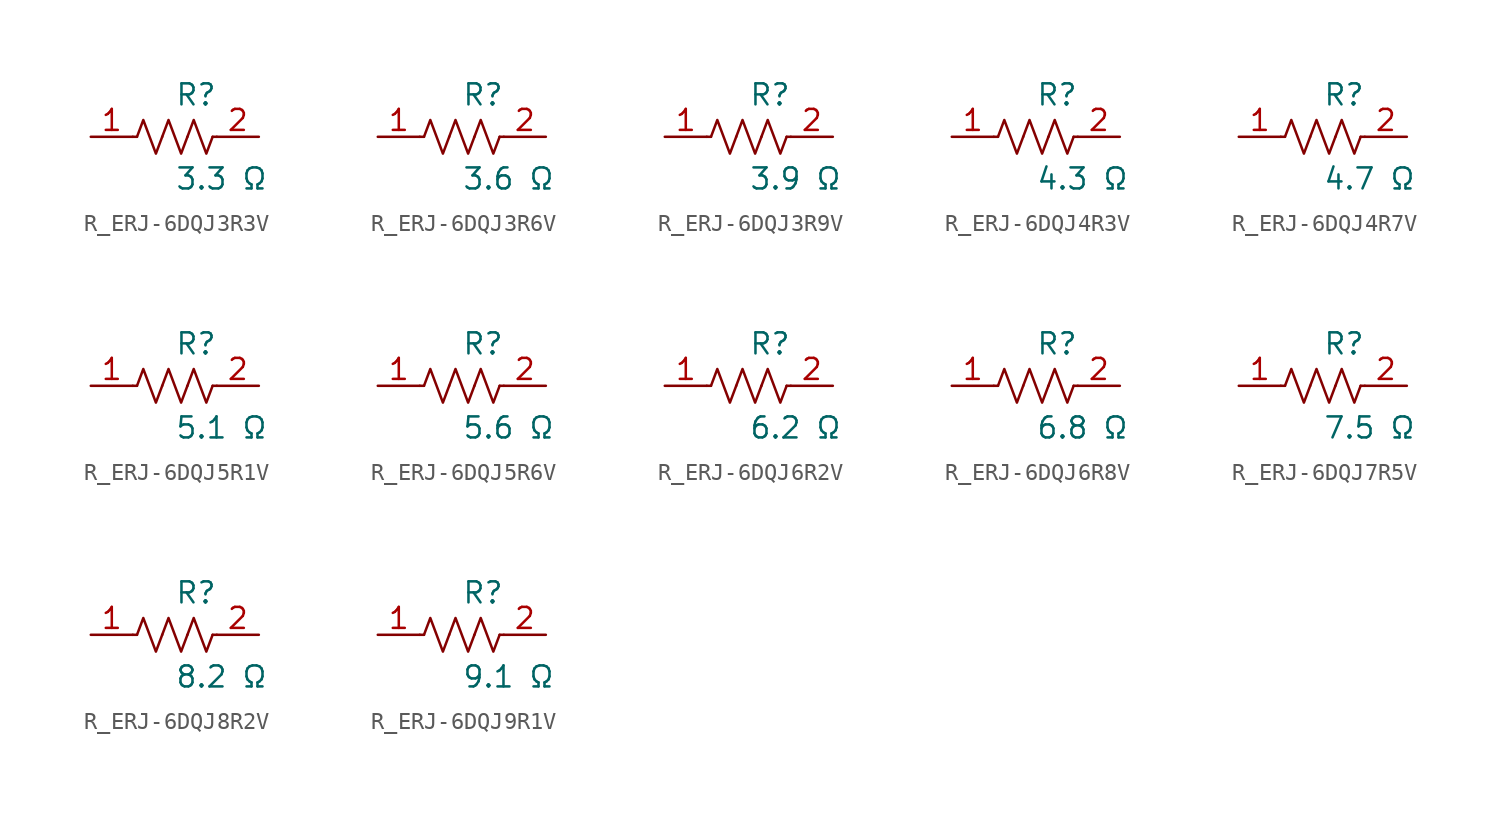
<source format=kicad_sym>
(kicad_symbol_lib
  (version 20231120)
  (generator kicad_symbol_editor)
  (generator_version 8.0)
  (symbol "R_ERJ-6DQJ3R3V"
    (pin_names
      (offset 0.254))
    (property "Reference" "R"
      (at 0 2.54 0)
      (effects (font (size 1.27 1.27)) (justify left)))
    (property "Value" "3.3 Ω"
      (at 0 -2.54 0)
      (effects (font (size 1.27 1.27)) (justify left)))
    (symbol "R_ERJ-6DQJ3R3V_0_1"
      (polyline (pts (xy 2.286 0) (xy 2.54 0)) (stroke (width 0) (type default)) (fill (type none)))
      (polyline (pts (xy -2.286 0) (xy -2.54 0)) (stroke (width 0) (type default)) (fill (type none)))
      (polyline (pts (xy 0.762 0) (xy 1.143 1.016) (xy 1.524 0) (xy 1.905 -1.016) (xy 2.286 0)) (stroke (width 0) (type default)) (fill (type none)))
      (polyline (pts (xy -0.762 0) (xy -0.381 1.016) (xy 0 0) (xy 0.381 -1.016) (xy 0.762 0)) (stroke (width 0) (type default)) (fill (type none)))
      (polyline (pts (xy -2.286 0) (xy -1.905 1.016) (xy -1.524 0) (xy -1.143 -1.016) (xy -0.762 0)) (stroke (width 0) (type default)) (fill (type none))))
    (pin passive line
      (at -5.08 0 0)
      (length 2.54)
      (name "" (effects (font (size 1.27 1.27))))
      (number "1" (effects (font (size 1.27 1.27)))))
    (pin passive line
      (at 5.08 0 180)
      (length 2.54)
      (name "" (effects (font (size 1.27 1.27))))
      (number "2" (effects (font (size 1.27 1.27))))))
  (symbol "R_ERJ-6DQJ3R6V"
    (pin_names
      (offset 0.254))
    (property "Reference" "R"
      (at 0 2.54 0)
      (effects (font (size 1.27 1.27)) (justify left)))
    (property "Value" "3.6 Ω"
      (at 0 -2.54 0)
      (effects (font (size 1.27 1.27)) (justify left)))
    (symbol "R_ERJ-6DQJ3R6V_0_1"
      (polyline (pts (xy 2.286 0) (xy 2.54 0)) (stroke (width 0) (type default)) (fill (type none)))
      (polyline (pts (xy -2.286 0) (xy -2.54 0)) (stroke (width 0) (type default)) (fill (type none)))
      (polyline (pts (xy 0.762 0) (xy 1.143 1.016) (xy 1.524 0) (xy 1.905 -1.016) (xy 2.286 0)) (stroke (width 0) (type default)) (fill (type none)))
      (polyline (pts (xy -0.762 0) (xy -0.381 1.016) (xy 0 0) (xy 0.381 -1.016) (xy 0.762 0)) (stroke (width 0) (type default)) (fill (type none)))
      (polyline (pts (xy -2.286 0) (xy -1.905 1.016) (xy -1.524 0) (xy -1.143 -1.016) (xy -0.762 0)) (stroke (width 0) (type default)) (fill (type none))))
    (pin passive line
      (at -5.08 0 0)
      (length 2.54)
      (name "" (effects (font (size 1.27 1.27))))
      (number "1" (effects (font (size 1.27 1.27)))))
    (pin passive line
      (at 5.08 0 180)
      (length 2.54)
      (name "" (effects (font (size 1.27 1.27))))
      (number "2" (effects (font (size 1.27 1.27))))))
  (symbol "R_ERJ-6DQJ3R9V"
    (pin_names
      (offset 0.254))
    (property "Reference" "R"
      (at 0 2.54 0)
      (effects (font (size 1.27 1.27)) (justify left)))
    (property "Value" "3.9 Ω"
      (at 0 -2.54 0)
      (effects (font (size 1.27 1.27)) (justify left)))
    (symbol "R_ERJ-6DQJ3R9V_0_1"
      (polyline (pts (xy 2.286 0) (xy 2.54 0)) (stroke (width 0) (type default)) (fill (type none)))
      (polyline (pts (xy -2.286 0) (xy -2.54 0)) (stroke (width 0) (type default)) (fill (type none)))
      (polyline (pts (xy 0.762 0) (xy 1.143 1.016) (xy 1.524 0) (xy 1.905 -1.016) (xy 2.286 0)) (stroke (width 0) (type default)) (fill (type none)))
      (polyline (pts (xy -0.762 0) (xy -0.381 1.016) (xy 0 0) (xy 0.381 -1.016) (xy 0.762 0)) (stroke (width 0) (type default)) (fill (type none)))
      (polyline (pts (xy -2.286 0) (xy -1.905 1.016) (xy -1.524 0) (xy -1.143 -1.016) (xy -0.762 0)) (stroke (width 0) (type default)) (fill (type none))))
    (pin passive line
      (at -5.08 0 0)
      (length 2.54)
      (name "" (effects (font (size 1.27 1.27))))
      (number "1" (effects (font (size 1.27 1.27)))))
    (pin passive line
      (at 5.08 0 180)
      (length 2.54)
      (name "" (effects (font (size 1.27 1.27))))
      (number "2" (effects (font (size 1.27 1.27))))))
  (symbol "R_ERJ-6DQJ4R3V"
    (pin_names
      (offset 0.254))
    (property "Reference" "R"
      (at 0 2.54 0)
      (effects (font (size 1.27 1.27)) (justify left)))
    (property "Value" "4.3 Ω"
      (at 0 -2.54 0)
      (effects (font (size 1.27 1.27)) (justify left)))
    (symbol "R_ERJ-6DQJ4R3V_0_1"
      (polyline (pts (xy 2.286 0) (xy 2.54 0)) (stroke (width 0) (type default)) (fill (type none)))
      (polyline (pts (xy -2.286 0) (xy -2.54 0)) (stroke (width 0) (type default)) (fill (type none)))
      (polyline (pts (xy 0.762 0) (xy 1.143 1.016) (xy 1.524 0) (xy 1.905 -1.016) (xy 2.286 0)) (stroke (width 0) (type default)) (fill (type none)))
      (polyline (pts (xy -0.762 0) (xy -0.381 1.016) (xy 0 0) (xy 0.381 -1.016) (xy 0.762 0)) (stroke (width 0) (type default)) (fill (type none)))
      (polyline (pts (xy -2.286 0) (xy -1.905 1.016) (xy -1.524 0) (xy -1.143 -1.016) (xy -0.762 0)) (stroke (width 0) (type default)) (fill (type none))))
    (pin passive line
      (at -5.08 0 0)
      (length 2.54)
      (name "" (effects (font (size 1.27 1.27))))
      (number "1" (effects (font (size 1.27 1.27)))))
    (pin passive line
      (at 5.08 0 180)
      (length 2.54)
      (name "" (effects (font (size 1.27 1.27))))
      (number "2" (effects (font (size 1.27 1.27))))))
  (symbol "R_ERJ-6DQJ4R7V"
    (pin_names
      (offset 0.254))
    (property "Reference" "R"
      (at 0 2.54 0)
      (effects (font (size 1.27 1.27)) (justify left)))
    (property "Value" "4.7 Ω"
      (at 0 -2.54 0)
      (effects (font (size 1.27 1.27)) (justify left)))
    (symbol "R_ERJ-6DQJ4R7V_0_1"
      (polyline (pts (xy 2.286 0) (xy 2.54 0)) (stroke (width 0) (type default)) (fill (type none)))
      (polyline (pts (xy -2.286 0) (xy -2.54 0)) (stroke (width 0) (type default)) (fill (type none)))
      (polyline (pts (xy 0.762 0) (xy 1.143 1.016) (xy 1.524 0) (xy 1.905 -1.016) (xy 2.286 0)) (stroke (width 0) (type default)) (fill (type none)))
      (polyline (pts (xy -0.762 0) (xy -0.381 1.016) (xy 0 0) (xy 0.381 -1.016) (xy 0.762 0)) (stroke (width 0) (type default)) (fill (type none)))
      (polyline (pts (xy -2.286 0) (xy -1.905 1.016) (xy -1.524 0) (xy -1.143 -1.016) (xy -0.762 0)) (stroke (width 0) (type default)) (fill (type none))))
    (pin passive line
      (at -5.08 0 0)
      (length 2.54)
      (name "" (effects (font (size 1.27 1.27))))
      (number "1" (effects (font (size 1.27 1.27)))))
    (pin passive line
      (at 5.08 0 180)
      (length 2.54)
      (name "" (effects (font (size 1.27 1.27))))
      (number "2" (effects (font (size 1.27 1.27))))))
  (symbol "R_ERJ-6DQJ5R1V"
    (pin_names
      (offset 0.254))
    (property "Reference" "R"
      (at 0 2.54 0)
      (effects (font (size 1.27 1.27)) (justify left)))
    (property "Value" "5.1 Ω"
      (at 0 -2.54 0)
      (effects (font (size 1.27 1.27)) (justify left)))
    (symbol "R_ERJ-6DQJ5R1V_0_1"
      (polyline (pts (xy 2.286 0) (xy 2.54 0)) (stroke (width 0) (type default)) (fill (type none)))
      (polyline (pts (xy -2.286 0) (xy -2.54 0)) (stroke (width 0) (type default)) (fill (type none)))
      (polyline (pts (xy 0.762 0) (xy 1.143 1.016) (xy 1.524 0) (xy 1.905 -1.016) (xy 2.286 0)) (stroke (width 0) (type default)) (fill (type none)))
      (polyline (pts (xy -0.762 0) (xy -0.381 1.016) (xy 0 0) (xy 0.381 -1.016) (xy 0.762 0)) (stroke (width 0) (type default)) (fill (type none)))
      (polyline (pts (xy -2.286 0) (xy -1.905 1.016) (xy -1.524 0) (xy -1.143 -1.016) (xy -0.762 0)) (stroke (width 0) (type default)) (fill (type none))))
    (pin passive line
      (at -5.08 0 0)
      (length 2.54)
      (name "" (effects (font (size 1.27 1.27))))
      (number "1" (effects (font (size 1.27 1.27)))))
    (pin passive line
      (at 5.08 0 180)
      (length 2.54)
      (name "" (effects (font (size 1.27 1.27))))
      (number "2" (effects (font (size 1.27 1.27))))))
  (symbol "R_ERJ-6DQJ5R6V"
    (pin_names
      (offset 0.254))
    (property "Reference" "R"
      (at 0 2.54 0)
      (effects (font (size 1.27 1.27)) (justify left)))
    (property "Value" "5.6 Ω"
      (at 0 -2.54 0)
      (effects (font (size 1.27 1.27)) (justify left)))
    (symbol "R_ERJ-6DQJ5R6V_0_1"
      (polyline (pts (xy 2.286 0) (xy 2.54 0)) (stroke (width 0) (type default)) (fill (type none)))
      (polyline (pts (xy -2.286 0) (xy -2.54 0)) (stroke (width 0) (type default)) (fill (type none)))
      (polyline (pts (xy 0.762 0) (xy 1.143 1.016) (xy 1.524 0) (xy 1.905 -1.016) (xy 2.286 0)) (stroke (width 0) (type default)) (fill (type none)))
      (polyline (pts (xy -0.762 0) (xy -0.381 1.016) (xy 0 0) (xy 0.381 -1.016) (xy 0.762 0)) (stroke (width 0) (type default)) (fill (type none)))
      (polyline (pts (xy -2.286 0) (xy -1.905 1.016) (xy -1.524 0) (xy -1.143 -1.016) (xy -0.762 0)) (stroke (width 0) (type default)) (fill (type none))))
    (pin passive line
      (at -5.08 0 0)
      (length 2.54)
      (name "" (effects (font (size 1.27 1.27))))
      (number "1" (effects (font (size 1.27 1.27)))))
    (pin passive line
      (at 5.08 0 180)
      (length 2.54)
      (name "" (effects (font (size 1.27 1.27))))
      (number "2" (effects (font (size 1.27 1.27))))))
  (symbol "R_ERJ-6DQJ6R2V"
    (pin_names
      (offset 0.254))
    (property "Reference" "R"
      (at 0 2.54 0)
      (effects (font (size 1.27 1.27)) (justify left)))
    (property "Value" "6.2 Ω"
      (at 0 -2.54 0)
      (effects (font (size 1.27 1.27)) (justify left)))
    (symbol "R_ERJ-6DQJ6R2V_0_1"
      (polyline (pts (xy 2.286 0) (xy 2.54 0)) (stroke (width 0) (type default)) (fill (type none)))
      (polyline (pts (xy -2.286 0) (xy -2.54 0)) (stroke (width 0) (type default)) (fill (type none)))
      (polyline (pts (xy 0.762 0) (xy 1.143 1.016) (xy 1.524 0) (xy 1.905 -1.016) (xy 2.286 0)) (stroke (width 0) (type default)) (fill (type none)))
      (polyline (pts (xy -0.762 0) (xy -0.381 1.016) (xy 0 0) (xy 0.381 -1.016) (xy 0.762 0)) (stroke (width 0) (type default)) (fill (type none)))
      (polyline (pts (xy -2.286 0) (xy -1.905 1.016) (xy -1.524 0) (xy -1.143 -1.016) (xy -0.762 0)) (stroke (width 0) (type default)) (fill (type none))))
    (pin passive line
      (at -5.08 0 0)
      (length 2.54)
      (name "" (effects (font (size 1.27 1.27))))
      (number "1" (effects (font (size 1.27 1.27)))))
    (pin passive line
      (at 5.08 0 180)
      (length 2.54)
      (name "" (effects (font (size 1.27 1.27))))
      (number "2" (effects (font (size 1.27 1.27))))))
  (symbol "R_ERJ-6DQJ6R8V"
    (pin_names
      (offset 0.254))
    (property "Reference" "R"
      (at 0 2.54 0)
      (effects (font (size 1.27 1.27)) (justify left)))
    (property "Value" "6.8 Ω"
      (at 0 -2.54 0)
      (effects (font (size 1.27 1.27)) (justify left)))
    (symbol "R_ERJ-6DQJ6R8V_0_1"
      (polyline (pts (xy 2.286 0) (xy 2.54 0)) (stroke (width 0) (type default)) (fill (type none)))
      (polyline (pts (xy -2.286 0) (xy -2.54 0)) (stroke (width 0) (type default)) (fill (type none)))
      (polyline (pts (xy 0.762 0) (xy 1.143 1.016) (xy 1.524 0) (xy 1.905 -1.016) (xy 2.286 0)) (stroke (width 0) (type default)) (fill (type none)))
      (polyline (pts (xy -0.762 0) (xy -0.381 1.016) (xy 0 0) (xy 0.381 -1.016) (xy 0.762 0)) (stroke (width 0) (type default)) (fill (type none)))
      (polyline (pts (xy -2.286 0) (xy -1.905 1.016) (xy -1.524 0) (xy -1.143 -1.016) (xy -0.762 0)) (stroke (width 0) (type default)) (fill (type none))))
    (pin passive line
      (at -5.08 0 0)
      (length 2.54)
      (name "" (effects (font (size 1.27 1.27))))
      (number "1" (effects (font (size 1.27 1.27)))))
    (pin passive line
      (at 5.08 0 180)
      (length 2.54)
      (name "" (effects (font (size 1.27 1.27))))
      (number "2" (effects (font (size 1.27 1.27))))))
  (symbol "R_ERJ-6DQJ7R5V"
    (pin_names
      (offset 0.254))
    (property "Reference" "R"
      (at 0 2.54 0)
      (effects (font (size 1.27 1.27)) (justify left)))
    (property "Value" "7.5 Ω"
      (at 0 -2.54 0)
      (effects (font (size 1.27 1.27)) (justify left)))
    (symbol "R_ERJ-6DQJ7R5V_0_1"
      (polyline (pts (xy 2.286 0) (xy 2.54 0)) (stroke (width 0) (type default)) (fill (type none)))
      (polyline (pts (xy -2.286 0) (xy -2.54 0)) (stroke (width 0) (type default)) (fill (type none)))
      (polyline (pts (xy 0.762 0) (xy 1.143 1.016) (xy 1.524 0) (xy 1.905 -1.016) (xy 2.286 0)) (stroke (width 0) (type default)) (fill (type none)))
      (polyline (pts (xy -0.762 0) (xy -0.381 1.016) (xy 0 0) (xy 0.381 -1.016) (xy 0.762 0)) (stroke (width 0) (type default)) (fill (type none)))
      (polyline (pts (xy -2.286 0) (xy -1.905 1.016) (xy -1.524 0) (xy -1.143 -1.016) (xy -0.762 0)) (stroke (width 0) (type default)) (fill (type none))))
    (pin passive line
      (at -5.08 0 0)
      (length 2.54)
      (name "" (effects (font (size 1.27 1.27))))
      (number "1" (effects (font (size 1.27 1.27)))))
    (pin passive line
      (at 5.08 0 180)
      (length 2.54)
      (name "" (effects (font (size 1.27 1.27))))
      (number "2" (effects (font (size 1.27 1.27))))))
  (symbol "R_ERJ-6DQJ8R2V"
    (pin_names
      (offset 0.254))
    (property "Reference" "R"
      (at 0 2.54 0)
      (effects (font (size 1.27 1.27)) (justify left)))
    (property "Value" "8.2 Ω"
      (at 0 -2.54 0)
      (effects (font (size 1.27 1.27)) (justify left)))
    (symbol "R_ERJ-6DQJ8R2V_0_1"
      (polyline (pts (xy 2.286 0) (xy 2.54 0)) (stroke (width 0) (type default)) (fill (type none)))
      (polyline (pts (xy -2.286 0) (xy -2.54 0)) (stroke (width 0) (type default)) (fill (type none)))
      (polyline (pts (xy 0.762 0) (xy 1.143 1.016) (xy 1.524 0) (xy 1.905 -1.016) (xy 2.286 0)) (stroke (width 0) (type default)) (fill (type none)))
      (polyline (pts (xy -0.762 0) (xy -0.381 1.016) (xy 0 0) (xy 0.381 -1.016) (xy 0.762 0)) (stroke (width 0) (type default)) (fill (type none)))
      (polyline (pts (xy -2.286 0) (xy -1.905 1.016) (xy -1.524 0) (xy -1.143 -1.016) (xy -0.762 0)) (stroke (width 0) (type default)) (fill (type none))))
    (pin passive line
      (at -5.08 0 0)
      (length 2.54)
      (name "" (effects (font (size 1.27 1.27))))
      (number "1" (effects (font (size 1.27 1.27)))))
    (pin passive line
      (at 5.08 0 180)
      (length 2.54)
      (name "" (effects (font (size 1.27 1.27))))
      (number "2" (effects (font (size 1.27 1.27))))))
  (symbol "R_ERJ-6DQJ9R1V"
    (pin_names
      (offset 0.254))
    (property "Reference" "R"
      (at 0 2.54 0)
      (effects (font (size 1.27 1.27)) (justify left)))
    (property "Value" "9.1 Ω"
      (at 0 -2.54 0)
      (effects (font (size 1.27 1.27)) (justify left)))
    (symbol "R_ERJ-6DQJ9R1V_0_1"
      (polyline (pts (xy 2.286 0) (xy 2.54 0)) (stroke (width 0) (type default)) (fill (type none)))
      (polyline (pts (xy -2.286 0) (xy -2.54 0)) (stroke (width 0) (type default)) (fill (type none)))
      (polyline (pts (xy 0.762 0) (xy 1.143 1.016) (xy 1.524 0) (xy 1.905 -1.016) (xy 2.286 0)) (stroke (width 0) (type default)) (fill (type none)))
      (polyline (pts (xy -0.762 0) (xy -0.381 1.016) (xy 0 0) (xy 0.381 -1.016) (xy 0.762 0)) (stroke (width 0) (type default)) (fill (type none)))
      (polyline (pts (xy -2.286 0) (xy -1.905 1.016) (xy -1.524 0) (xy -1.143 -1.016) (xy -0.762 0)) (stroke (width 0) (type default)) (fill (type none))))
    (pin passive line
      (at -5.08 0 0)
      (length 2.54)
      (name "" (effects (font (size 1.27 1.27))))
      (number "1" (effects (font (size 1.27 1.27)))))
    (pin passive line
      (at 5.08 0 180)
      (length 2.54)
      (name "" (effects (font (size 1.27 1.27))))
      (number "2" (effects (font (size 1.27 1.27)))))))
</source>
